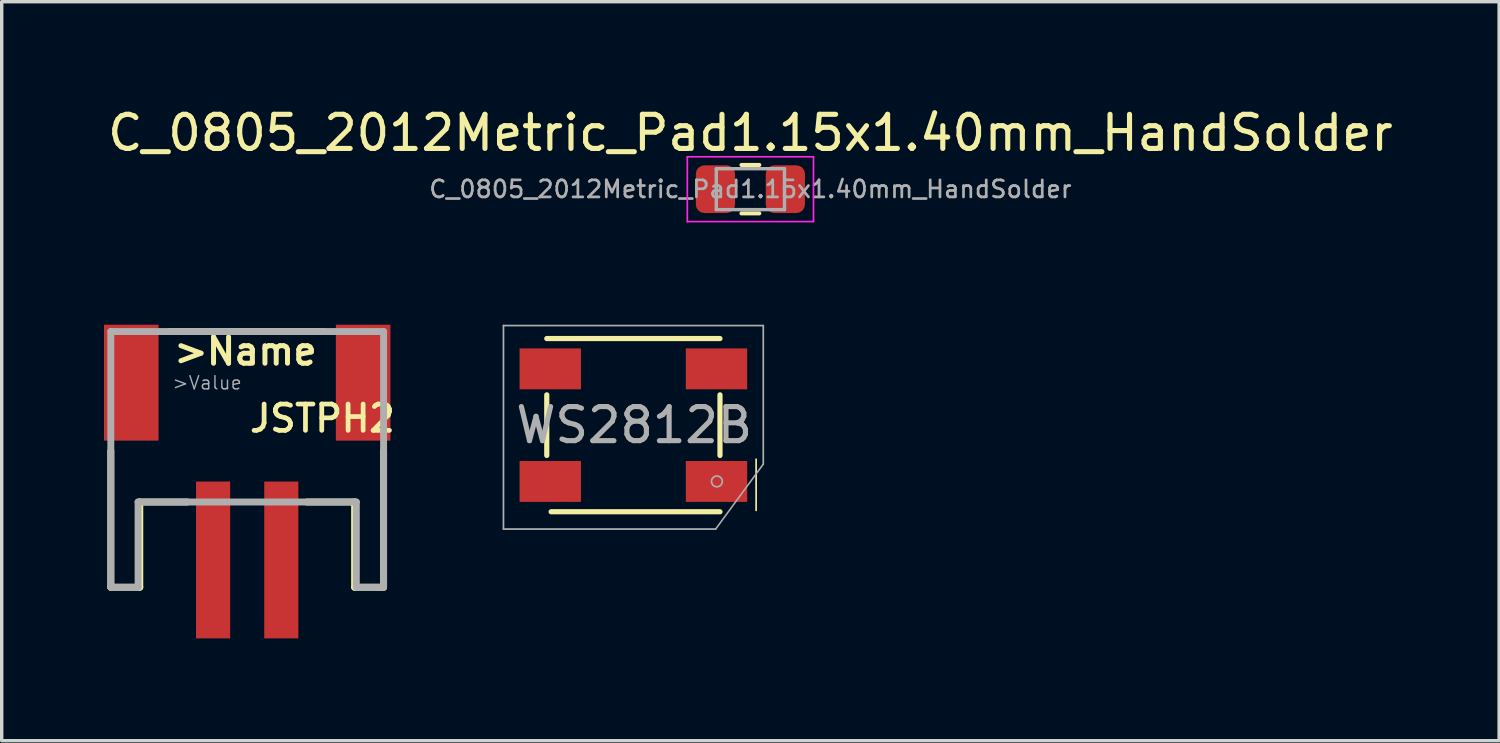
<source format=kicad_pcb>
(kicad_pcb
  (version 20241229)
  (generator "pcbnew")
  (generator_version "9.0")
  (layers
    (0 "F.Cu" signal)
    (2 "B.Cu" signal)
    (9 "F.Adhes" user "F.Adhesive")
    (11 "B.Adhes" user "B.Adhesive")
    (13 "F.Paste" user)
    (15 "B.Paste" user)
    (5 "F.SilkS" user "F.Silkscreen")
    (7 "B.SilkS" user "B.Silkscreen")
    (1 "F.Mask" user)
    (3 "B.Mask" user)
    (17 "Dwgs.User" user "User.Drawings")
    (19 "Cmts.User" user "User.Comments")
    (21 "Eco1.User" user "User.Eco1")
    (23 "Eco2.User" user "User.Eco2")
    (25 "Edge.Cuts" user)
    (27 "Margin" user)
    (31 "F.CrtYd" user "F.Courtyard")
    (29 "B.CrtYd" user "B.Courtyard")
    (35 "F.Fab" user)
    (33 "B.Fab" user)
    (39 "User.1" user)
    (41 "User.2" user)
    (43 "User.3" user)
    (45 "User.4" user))
  (footprint "WS2812B"
    (layer "F.Cu")
    (at 15.526 9.419)
    (property "Reference" "WS2812B" (at 0.025 0 0) (layer "F.Fab") (effects (font (size 1 1) (thickness 0.15))))
    (attr through_hole)
    (fp_line (start -2.54 -2.54) (end 2.54 -2.54) (stroke (width 0.152) (type solid)) (layer "F.SilkS"))
    (fp_line (start -2.54 -0.889) (end -2.54 0.889) (stroke (width 0.152) (type solid)) (layer "F.SilkS"))
    (fp_line (start 2.54 -0.889) (end 2.54 0.889) (stroke (width 0.152) (type solid)) (layer "F.SilkS"))
    (fp_line (start 2.54 2.54) (end -2.413 2.54) (stroke (width 0.152) (type solid)) (layer "F.SilkS"))
    (fp_line (start 3.6 1) (end 3.6 2.5) (stroke (width 0.05) (type solid)) (layer "F.SilkS"))
    (fp_line (start -3.81 -2.921) (end -3.81 3.048) (stroke (width 0.05) (type solid)) (layer "F.Fab"))
    (fp_line (start -3.81 3.048) (end 2.413 3.048) (stroke (width 0.05) (type solid)) (layer "F.Fab"))
    (fp_line (start 2.413 3.048) (end 3.81 1.143) (stroke (width 0.046) (type solid)) (layer "F.Fab"))
    (fp_line (start 3.81 -2.921) (end -3.81 -2.921) (stroke (width 0.05) (type solid)) (layer "F.Fab"))
    (fp_line (start 3.81 1.143) (end 3.81 -2.921) (stroke (width 0.05) (type solid)) (layer "F.Fab"))
    (fp_circle (center 2.45 1.65) (end 2.5 1.8) (stroke (width 0.05) (type solid)) (fill no) (layer "F.Fab"))
    (pad "1" smd rect (at 2.438 1.651) (size 1.8 1.2) (layers "F.Cu" "F.Mask" "F.Paste"))
    (pad "2" smd rect (at 2.438 -1.651) (size 1.8 1.2) (layers "F.Cu" "F.Mask" "F.Paste"))
    (pad "3" smd rect (at -2.438 -1.651) (size 1.8 1.2) (layers "F.Cu" "F.Mask" "F.Paste"))
    (pad "4" smd rect (at -2.438 1.651) (size 1.8 1.2) (layers "F.Cu" "F.Mask" "F.Paste")))
  (footprint "JSTPH2"
    (layer "F.Cu")
    (at 4.2 9.673)
    (property "Reference" "JSTPH2" (at 0 0 0) (layer "F.SilkS") (effects (font (size 0.772 0.772) (thickness 0.139)) (justify left bottom)))
    (attr through_hole)
    (fp_line (start -4 4.5) (end -4 0.5) (stroke (width 0.203) (type solid)) (layer "F.SilkS"))
    (fp_line (start -3.15 2) (end -3.15 4.5) (stroke (width 0.203) (type solid)) (layer "F.SilkS"))
    (fp_line (start -3.15 4.5) (end -4 4.5) (stroke (width 0.203) (type solid)) (layer "F.SilkS"))
    (fp_line (start -2.25 -3) (end 2.25 -3) (stroke (width 0.203) (type solid)) (layer "F.SilkS"))
    (fp_line (start -1.75 2) (end -3.15 2) (stroke (width 0.203) (type solid)) (layer "F.SilkS"))
    (fp_line (start 3.15 2) (end 1.75 2) (stroke (width 0.203) (type solid)) (layer "F.SilkS"))
    (fp_line (start 3.15 4.5) (end 3.15 2) (stroke (width 0.203) (type solid)) (layer "F.SilkS"))
    (fp_line (start 4 0.5) (end 4 4.5) (stroke (width 0.203) (type solid)) (layer "F.SilkS"))
    (fp_line (start 4 4.5) (end 3.15 4.5) (stroke (width 0.203) (type solid)) (layer "F.SilkS"))
    (fp_line (start -4 -3) (end 4 -3) (stroke (width 0.203) (type solid)) (layer "F.Fab"))
    (fp_line (start -4 4.5) (end -4 -3) (stroke (width 0.203) (type solid)) (layer "F.Fab"))
    (fp_line (start -3.2 2) (end -3.2 4.5) (stroke (width 0.203) (type solid)) (layer "F.Fab"))
    (fp_line (start -3.2 4.5) (end -4 4.5) (stroke (width 0.203) (type solid)) (layer "F.Fab"))
    (fp_line (start 3.2 2) (end -3.2 2) (stroke (width 0.203) (type solid)) (layer "F.Fab"))
    (fp_line (start 3.2 4.5) (end 3.2 2) (stroke (width 0.203) (type solid)) (layer "F.Fab"))
    (fp_line (start 4 -3) (end 4 4.5) (stroke (width 0.203) (type solid)) (layer "F.Fab"))
    (fp_line (start 4 4.5) (end 3.2 4.5) (stroke (width 0.203) (type solid)) (layer "F.Fab"))
    (fp_text user ">Name" (at -2.223 -1.968 0) (layer "F.SilkS") (effects (font (size 0.772 0.772) (thickness 0.146)) (justify left bottom)))
    (fp_text user ">Value" (at -2.223 -1.27 0) (layer "F.Fab") (effects (font (size 0.386 0.386) (thickness 0.041)) (justify left bottom)))
    (pad "1" smd rect (at -1 3.7) (size 1 4.6) (layers "F.Cu" "F.Mask" "F.Paste"))
    (pad "2" smd rect (at 1 3.7) (size 1 4.6) (layers "F.Cu" "F.Mask" "F.Paste"))
    (pad "NC1" smd rect (at -3.4 -1.5 90) (size 3.4 1.6) (layers "F.Cu" "F.Mask" "F.Paste"))
    (pad "NC2" smd rect (at 3.4 -1.5 90) (size 3.4 1.6) (layers "F.Cu" "F.Mask" "F.Paste")))
  (footprint "C_0805_2012Metric_Pad1.15x1.40mm_HandSolder"
    (layer "F.Cu")
    (at 18.958 2.498)
    (property "Reference" "C_0805_2012Metric_Pad1.15x1.40mm_HandSolder" (at 0 -1.65 0) (layer "F.SilkS") (effects (font (size 1 1) (thickness 0.15))))
    (attr smd)
    (fp_line (start -0.261 -0.71) (end 0.261 -0.71) (stroke (width 0.12) (type solid)) (layer "F.SilkS"))
    (fp_line (start -0.261 0.71) (end 0.261 0.71) (stroke (width 0.12) (type solid)) (layer "F.SilkS"))
    (fp_line (start -1.85 -0.95) (end 1.85 -0.95) (stroke (width 0.05) (type solid)) (layer "F.CrtYd"))
    (fp_line (start -1.85 0.95) (end -1.85 -0.95) (stroke (width 0.05) (type solid)) (layer "F.CrtYd"))
    (fp_line (start 1.85 -0.95) (end 1.85 0.95) (stroke (width 0.05) (type solid)) (layer "F.CrtYd"))
    (fp_line (start 1.85 0.95) (end -1.85 0.95) (stroke (width 0.05) (type solid)) (layer "F.CrtYd"))
    (fp_line (start -1 -0.6) (end 1 -0.6) (stroke (width 0.1) (type solid)) (layer "F.Fab"))
    (fp_line (start -1 0.6) (end -1 -0.6) (stroke (width 0.1) (type solid)) (layer "F.Fab"))
    (fp_line (start 1 -0.6) (end 1 0.6) (stroke (width 0.1) (type solid)) (layer "F.Fab"))
    (fp_line (start 1 0.6) (end -1 0.6) (stroke (width 0.1) (type solid)) (layer "F.Fab"))
    (fp_text user "${REFERENCE}" (at 0 0 0) (layer "F.Fab") (effects (font (size 0.5 0.5) (thickness 0.08))))
    (pad "1" smd roundrect (at -1.025 0) (size 1.15 1.4) (layers "F.Cu" "F.Mask" "F.Paste") (roundrect_rratio 0.217))
    (pad "2" smd roundrect (at 1.025 0) (size 1.15 1.4) (layers "F.Cu" "F.Mask" "F.Paste") (roundrect_rratio 0.217)))
  (gr_rect
    (start -3 -3)
    (end 40.917 18.673)
    (stroke (width 0.1) (type default))
    (fill no)
    (layer "Edge.Cuts")))
</source>
